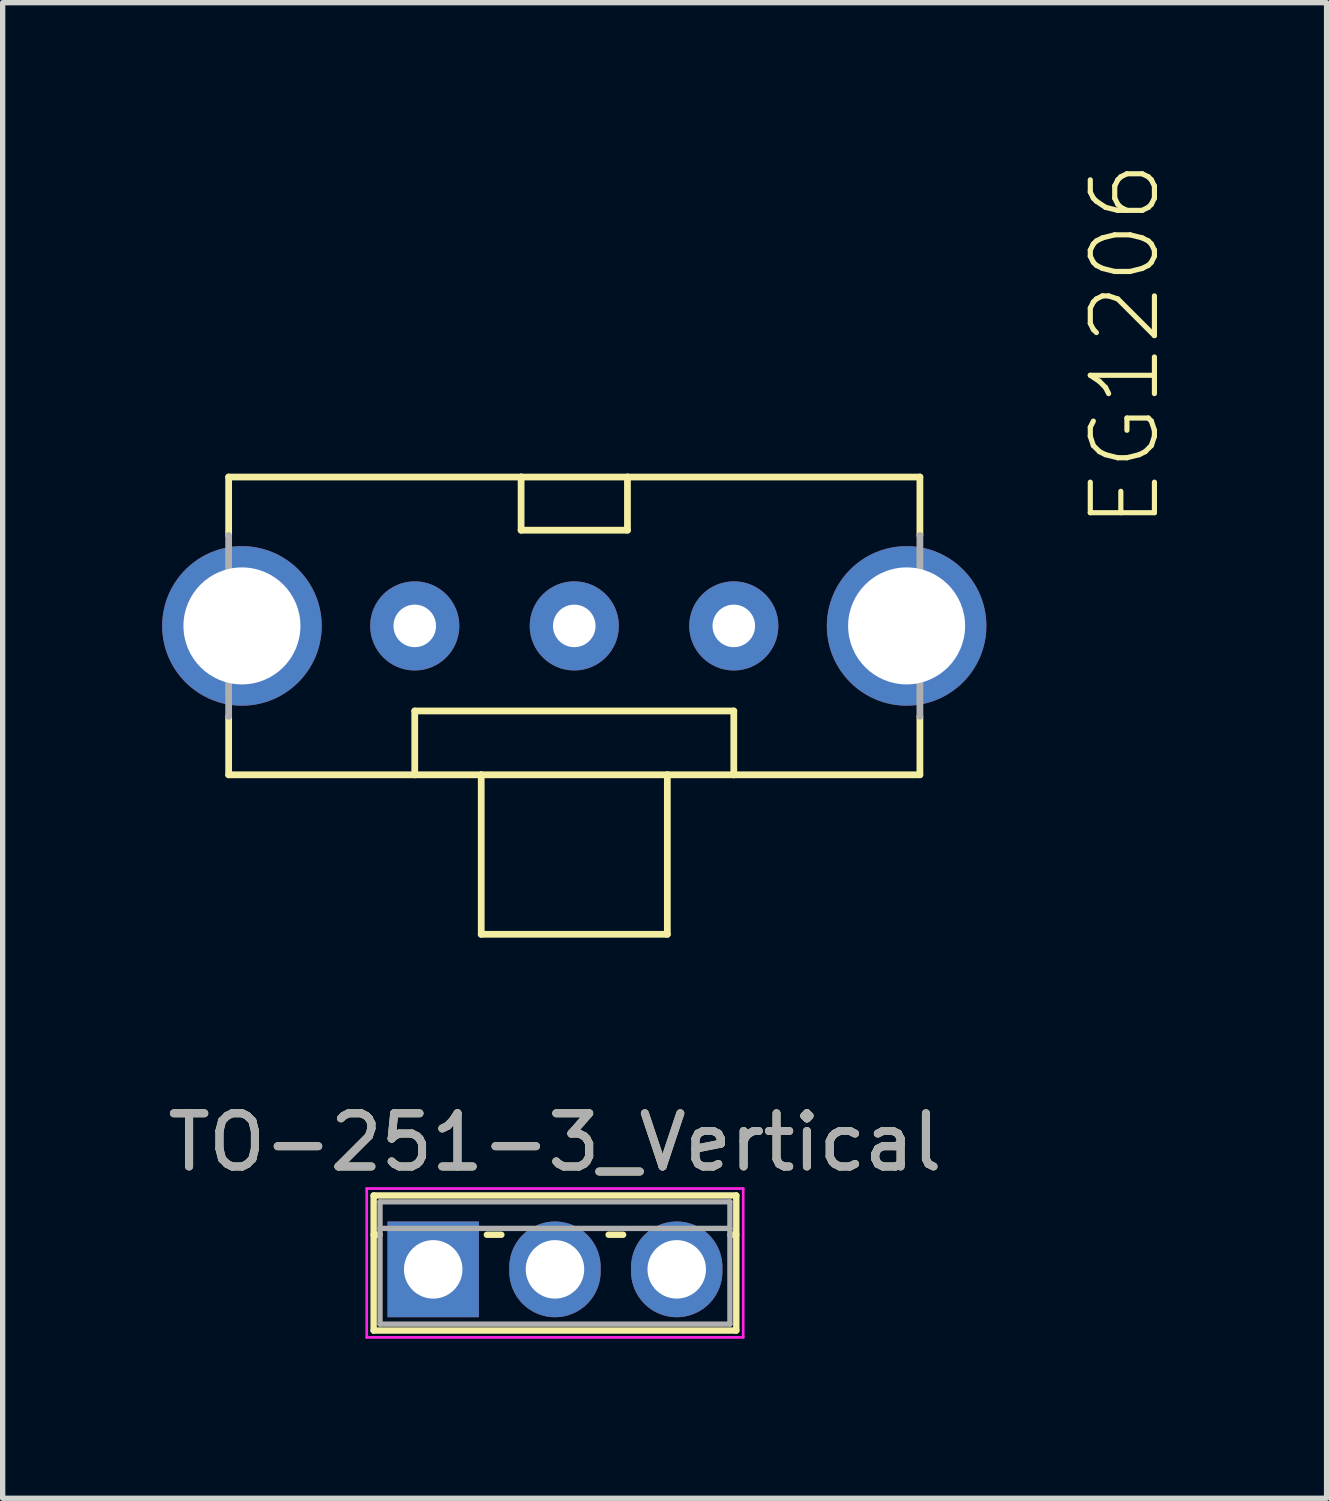
<source format=kicad_pcb>
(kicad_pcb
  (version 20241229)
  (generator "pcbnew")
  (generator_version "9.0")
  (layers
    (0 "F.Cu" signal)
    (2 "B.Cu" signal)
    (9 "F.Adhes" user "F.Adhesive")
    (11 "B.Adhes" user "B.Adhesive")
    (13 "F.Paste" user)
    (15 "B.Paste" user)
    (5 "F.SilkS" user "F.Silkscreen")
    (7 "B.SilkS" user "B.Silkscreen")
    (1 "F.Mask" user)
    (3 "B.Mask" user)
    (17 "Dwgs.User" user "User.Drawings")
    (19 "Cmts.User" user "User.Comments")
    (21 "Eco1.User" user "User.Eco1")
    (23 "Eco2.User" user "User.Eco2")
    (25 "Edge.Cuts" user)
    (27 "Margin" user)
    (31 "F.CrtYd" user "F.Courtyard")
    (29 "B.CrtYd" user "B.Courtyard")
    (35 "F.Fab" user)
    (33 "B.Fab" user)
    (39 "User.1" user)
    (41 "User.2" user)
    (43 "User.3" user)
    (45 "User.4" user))
  (footprint "TO-251-3_Vertical"
    (layer "F.Cu")
    (at 5.097 20.822)
    (property "Reference" "TO-251-3_Vertical" (at 2.29 -2.39 0) (layer "F.SilkS") (effects (font (size 1 1) (thickness 0.15))))
    (attr through_hole)
    (fp_line (start -1.12 -1.39) (end -1.12 1.15) (stroke (width 0.12) (type solid)) (layer "F.SilkS"))
    (fp_line (start -1.12 -1.39) (end 5.7 -1.39) (stroke (width 0.12) (type solid)) (layer "F.SilkS"))
    (fp_line (start -1.12 -0.651) (end -1.009 -0.651) (stroke (width 0.12) (type solid)) (layer "F.SilkS"))
    (fp_line (start -1.12 1.15) (end 5.7 1.15) (stroke (width 0.12) (type solid)) (layer "F.SilkS"))
    (fp_line (start 1.009 -0.651) (end 1.282 -0.651) (stroke (width 0.12) (type solid)) (layer "F.SilkS"))
    (fp_line (start 3.299 -0.651) (end 3.572 -0.651) (stroke (width 0.12) (type solid)) (layer "F.SilkS"))
    (fp_line (start 5.589 -0.651) (end 5.7 -0.651) (stroke (width 0.12) (type solid)) (layer "F.SilkS"))
    (fp_line (start 5.7 -1.39) (end 5.7 1.15) (stroke (width 0.12) (type solid)) (layer "F.SilkS"))
    (fp_line (start -1.25 -1.52) (end -1.25 1.28) (stroke (width 0.05) (type solid)) (layer "F.CrtYd"))
    (fp_line (start -1.25 1.28) (end 5.83 1.28) (stroke (width 0.05) (type solid)) (layer "F.CrtYd"))
    (fp_line (start 5.83 -1.52) (end -1.25 -1.52) (stroke (width 0.05) (type solid)) (layer "F.CrtYd"))
    (fp_line (start 5.83 1.28) (end 5.83 -1.52) (stroke (width 0.05) (type solid)) (layer "F.CrtYd"))
    (fp_line (start -1 -1.27) (end -1 1.03) (stroke (width 0.1) (type solid)) (layer "F.Fab"))
    (fp_line (start -1 -0.77) (end 5.58 -0.77) (stroke (width 0.1) (type solid)) (layer "F.Fab"))
    (fp_line (start -1 1.03) (end 5.58 1.03) (stroke (width 0.1) (type solid)) (layer "F.Fab"))
    (fp_line (start 5.58 -1.27) (end -1 -1.27) (stroke (width 0.1) (type solid)) (layer "F.Fab"))
    (fp_line (start 5.58 1.03) (end 5.58 -1.27) (stroke (width 0.1) (type solid)) (layer "F.Fab"))
    (fp_text user "${REFERENCE}" (at 2.29 -2.39 0) (layer "F.Fab") (effects (font (size 1 1) (thickness 0.15))))
    (pad "1" thru_hole rect (at 0 0) (size 1.718 1.8) (drill 1.1) (layers "*.Cu" "*.Mask"))
    (pad "2" thru_hole oval (at 2.29 0) (size 1.718 1.8) (drill 1.1) (layers "*.Cu" "*.Mask"))
    (pad "3" thru_hole oval (at 4.58 0) (size 1.718 1.8) (drill 1.1) (layers "*.Cu" "*.Mask")))
  (footprint "EG1206"
    (layer "F.Cu")
    (at 7.75 8.721)
    (property "Reference" "EG1206" (at 9.652 -1.778 90) (layer "F.SilkS") (effects (font (size 1.206 1.206) (thickness 0.097)) (justify left top)))
    (attr through_hole)
    (fp_line (start -6.5 -2.8) (end -6.5 -1.7) (stroke (width 0.127) (type solid)) (layer "F.SilkS"))
    (fp_line (start -6.5 -2.8) (end -1 -2.8) (stroke (width 0.127) (type solid)) (layer "F.SilkS"))
    (fp_line (start -6.5 2.8) (end -6.5 1.7) (stroke (width 0.127) (type solid)) (layer "F.SilkS"))
    (fp_line (start -3 1.6) (end 3 1.6) (stroke (width 0.127) (type solid)) (layer "F.SilkS"))
    (fp_line (start -3 2.8) (end -6.5 2.8) (stroke (width 0.127) (type solid)) (layer "F.SilkS"))
    (fp_line (start -3 2.8) (end -3 1.6) (stroke (width 0.127) (type solid)) (layer "F.SilkS"))
    (fp_line (start -1.75 2.8) (end -3 2.8) (stroke (width 0.127) (type solid)) (layer "F.SilkS"))
    (fp_line (start -1.75 2.8) (end -1.75 5.8) (stroke (width 0.127) (type solid)) (layer "F.SilkS"))
    (fp_line (start -1.75 5.8) (end 1.75 5.8) (stroke (width 0.127) (type solid)) (layer "F.SilkS"))
    (fp_line (start -1 -2.8) (end -1 -1.8) (stroke (width 0.127) (type solid)) (layer "F.SilkS"))
    (fp_line (start -1 -2.8) (end 1 -2.8) (stroke (width 0.127) (type solid)) (layer "F.SilkS"))
    (fp_line (start -1 -1.8) (end 1 -1.8) (stroke (width 0.127) (type solid)) (layer "F.SilkS"))
    (fp_line (start 1 -2.8) (end 6.5 -2.8) (stroke (width 0.127) (type solid)) (layer "F.SilkS"))
    (fp_line (start 1 -1.8) (end 1 -2.8) (stroke (width 0.127) (type solid)) (layer "F.SilkS"))
    (fp_line (start 1.75 2.8) (end -1.75 2.8) (stroke (width 0.127) (type solid)) (layer "F.SilkS"))
    (fp_line (start 1.75 5.8) (end 1.75 2.8) (stroke (width 0.127) (type solid)) (layer "F.SilkS"))
    (fp_line (start 3 1.6) (end 3 2.8) (stroke (width 0.127) (type solid)) (layer "F.SilkS"))
    (fp_line (start 3 2.8) (end 1.75 2.8) (stroke (width 0.127) (type solid)) (layer "F.SilkS"))
    (fp_line (start 6.5 -2.8) (end 6.5 -1.7) (stroke (width 0.127) (type solid)) (layer "F.SilkS"))
    (fp_line (start 6.5 2.8) (end 3 2.8) (stroke (width 0.127) (type solid)) (layer "F.SilkS"))
    (fp_line (start 6.5 2.8) (end 6.5 1.7) (stroke (width 0.127) (type solid)) (layer "F.SilkS"))
    (fp_line (start -6.5 -1.7) (end -6.5 1.7) (stroke (width 0.127) (type solid)) (layer "F.Fab"))
    (fp_line (start 6.5 -1.7) (end 6.5 1.7) (stroke (width 0.127) (type solid)) (layer "F.Fab"))
    (pad "1" thru_hole circle (at -3 0) (size 1.676 1.676) (drill 0.8) (layers "*.Cu" "*.Mask"))
    (pad "2" thru_hole circle (at 0 0) (size 1.676 1.676) (drill 0.8) (layers "*.Cu" "*.Mask"))
    (pad "3" thru_hole circle (at 3 0) (size 1.676 1.676) (drill 0.8) (layers "*.Cu" "*.Mask"))
    (pad "MT1" thru_hole circle (at -6.25 0) (size 3 3) (drill 2.2) (layers "*.Cu" "*.Mask"))
    (pad "MT2" thru_hole circle (at 6.25 0) (size 3 3) (drill 2.2) (layers "*.Cu" "*.Mask")))
  (gr_rect
    (start -3 -3)
    (end 21.898 25.127)
    (stroke (width 0.1) (type default))
    (fill no)
    (layer "Edge.Cuts")))
</source>
